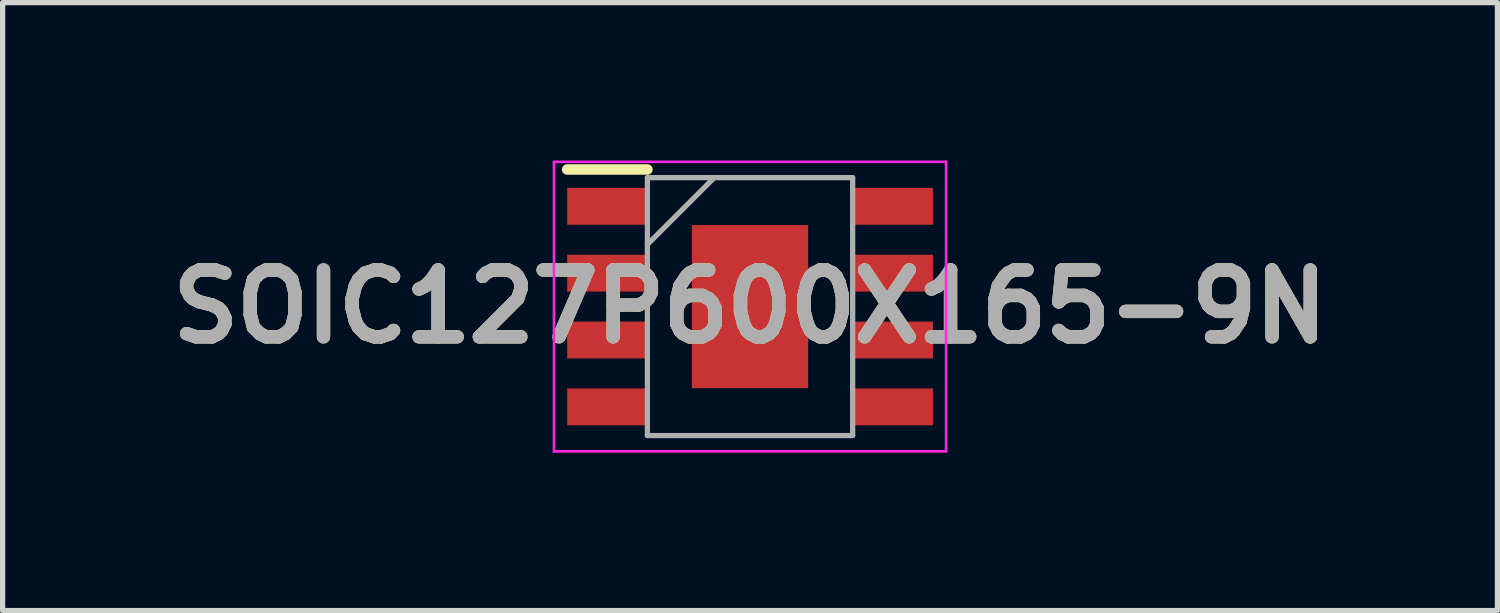
<source format=kicad_pcb>
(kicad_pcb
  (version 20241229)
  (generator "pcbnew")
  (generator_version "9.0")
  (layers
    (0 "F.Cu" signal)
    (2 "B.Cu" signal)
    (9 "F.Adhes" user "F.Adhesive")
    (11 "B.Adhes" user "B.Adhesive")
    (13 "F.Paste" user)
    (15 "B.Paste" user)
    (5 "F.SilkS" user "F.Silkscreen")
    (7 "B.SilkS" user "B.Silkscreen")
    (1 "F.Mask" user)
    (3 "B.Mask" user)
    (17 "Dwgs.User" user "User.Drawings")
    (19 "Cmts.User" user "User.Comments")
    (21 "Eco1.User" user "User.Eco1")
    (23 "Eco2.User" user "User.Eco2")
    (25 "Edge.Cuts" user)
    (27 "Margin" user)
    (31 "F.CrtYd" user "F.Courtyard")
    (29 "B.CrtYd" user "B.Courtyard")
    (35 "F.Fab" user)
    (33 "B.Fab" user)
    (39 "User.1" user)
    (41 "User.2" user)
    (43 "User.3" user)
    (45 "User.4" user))
  (footprint "SOIC127P600X165-9N"
    (layer "F.Cu")
    (at 11.2 2.775)
    (property "Reference" "SOIC127P600X165-9N" (at 0 0 0) (layer "F.SilkS") (effects (font (size 1.27 1.27) (thickness 0.254))))
    (attr smd)
    (fp_line (start -3.475 -2.605) (end -1.95 -2.605) (stroke (width 0.2) (type solid)) (layer "F.SilkS"))
    (fp_line (start -3.725 -2.75) (end 3.725 -2.75) (stroke (width 0.05) (type solid)) (layer "F.CrtYd"))
    (fp_line (start -3.725 2.75) (end -3.725 -2.75) (stroke (width 0.05) (type solid)) (layer "F.CrtYd"))
    (fp_line (start 3.725 -2.75) (end 3.725 2.75) (stroke (width 0.05) (type solid)) (layer "F.CrtYd"))
    (fp_line (start 3.725 2.75) (end -3.725 2.75) (stroke (width 0.05) (type solid)) (layer "F.CrtYd"))
    (fp_line (start -1.95 -2.45) (end 1.95 -2.45) (stroke (width 0.1) (type solid)) (layer "F.Fab"))
    (fp_line (start -1.95 -1.18) (end -0.68 -2.45) (stroke (width 0.1) (type solid)) (layer "F.Fab"))
    (fp_line (start -1.95 2.45) (end -1.95 -2.45) (stroke (width 0.1) (type solid)) (layer "F.Fab"))
    (fp_line (start 1.95 -2.45) (end 1.95 2.45) (stroke (width 0.1) (type solid)) (layer "F.Fab"))
    (fp_line (start 1.95 2.45) (end -1.95 2.45) (stroke (width 0.1) (type solid)) (layer "F.Fab"))
    (fp_text user "${REFERENCE}" (at 0 0 0) (layer "F.Fab") (effects (font (size 1.27 1.27) (thickness 0.254))))
    (pad "1" smd rect (at -2.712 -1.905 90) (size 0.7 1.525) (layers "F.Cu" "F.Mask" "F.Paste"))
    (pad "2" smd rect (at -2.712 -0.635 90) (size 0.7 1.525) (layers "F.Cu" "F.Mask" "F.Paste"))
    (pad "3" smd rect (at -2.712 0.635 90) (size 0.7 1.525) (layers "F.Cu" "F.Mask" "F.Paste"))
    (pad "4" smd rect (at -2.712 1.905 90) (size 0.7 1.525) (layers "F.Cu" "F.Mask" "F.Paste"))
    (pad "5" smd rect (at 2.712 1.905 90) (size 0.7 1.525) (layers "F.Cu" "F.Mask" "F.Paste"))
    (pad "6" smd rect (at 2.712 0.635 90) (size 0.7 1.525) (layers "F.Cu" "F.Mask" "F.Paste"))
    (pad "7" smd rect (at 2.712 -0.635 90) (size 0.7 1.525) (layers "F.Cu" "F.Mask" "F.Paste"))
    (pad "8" smd rect (at 2.712 -1.905 90) (size 0.7 1.525) (layers "F.Cu" "F.Mask" "F.Paste"))
    (pad "9" smd rect (at 0 0) (size 2.21 3.1) (layers "F.Cu" "F.Mask" "F.Paste")))
  (gr_rect
    (start -3 -3)
    (end 25.4 8.55)
    (stroke (width 0.1) (type default))
    (fill no)
    (layer "Edge.Cuts")))
</source>
